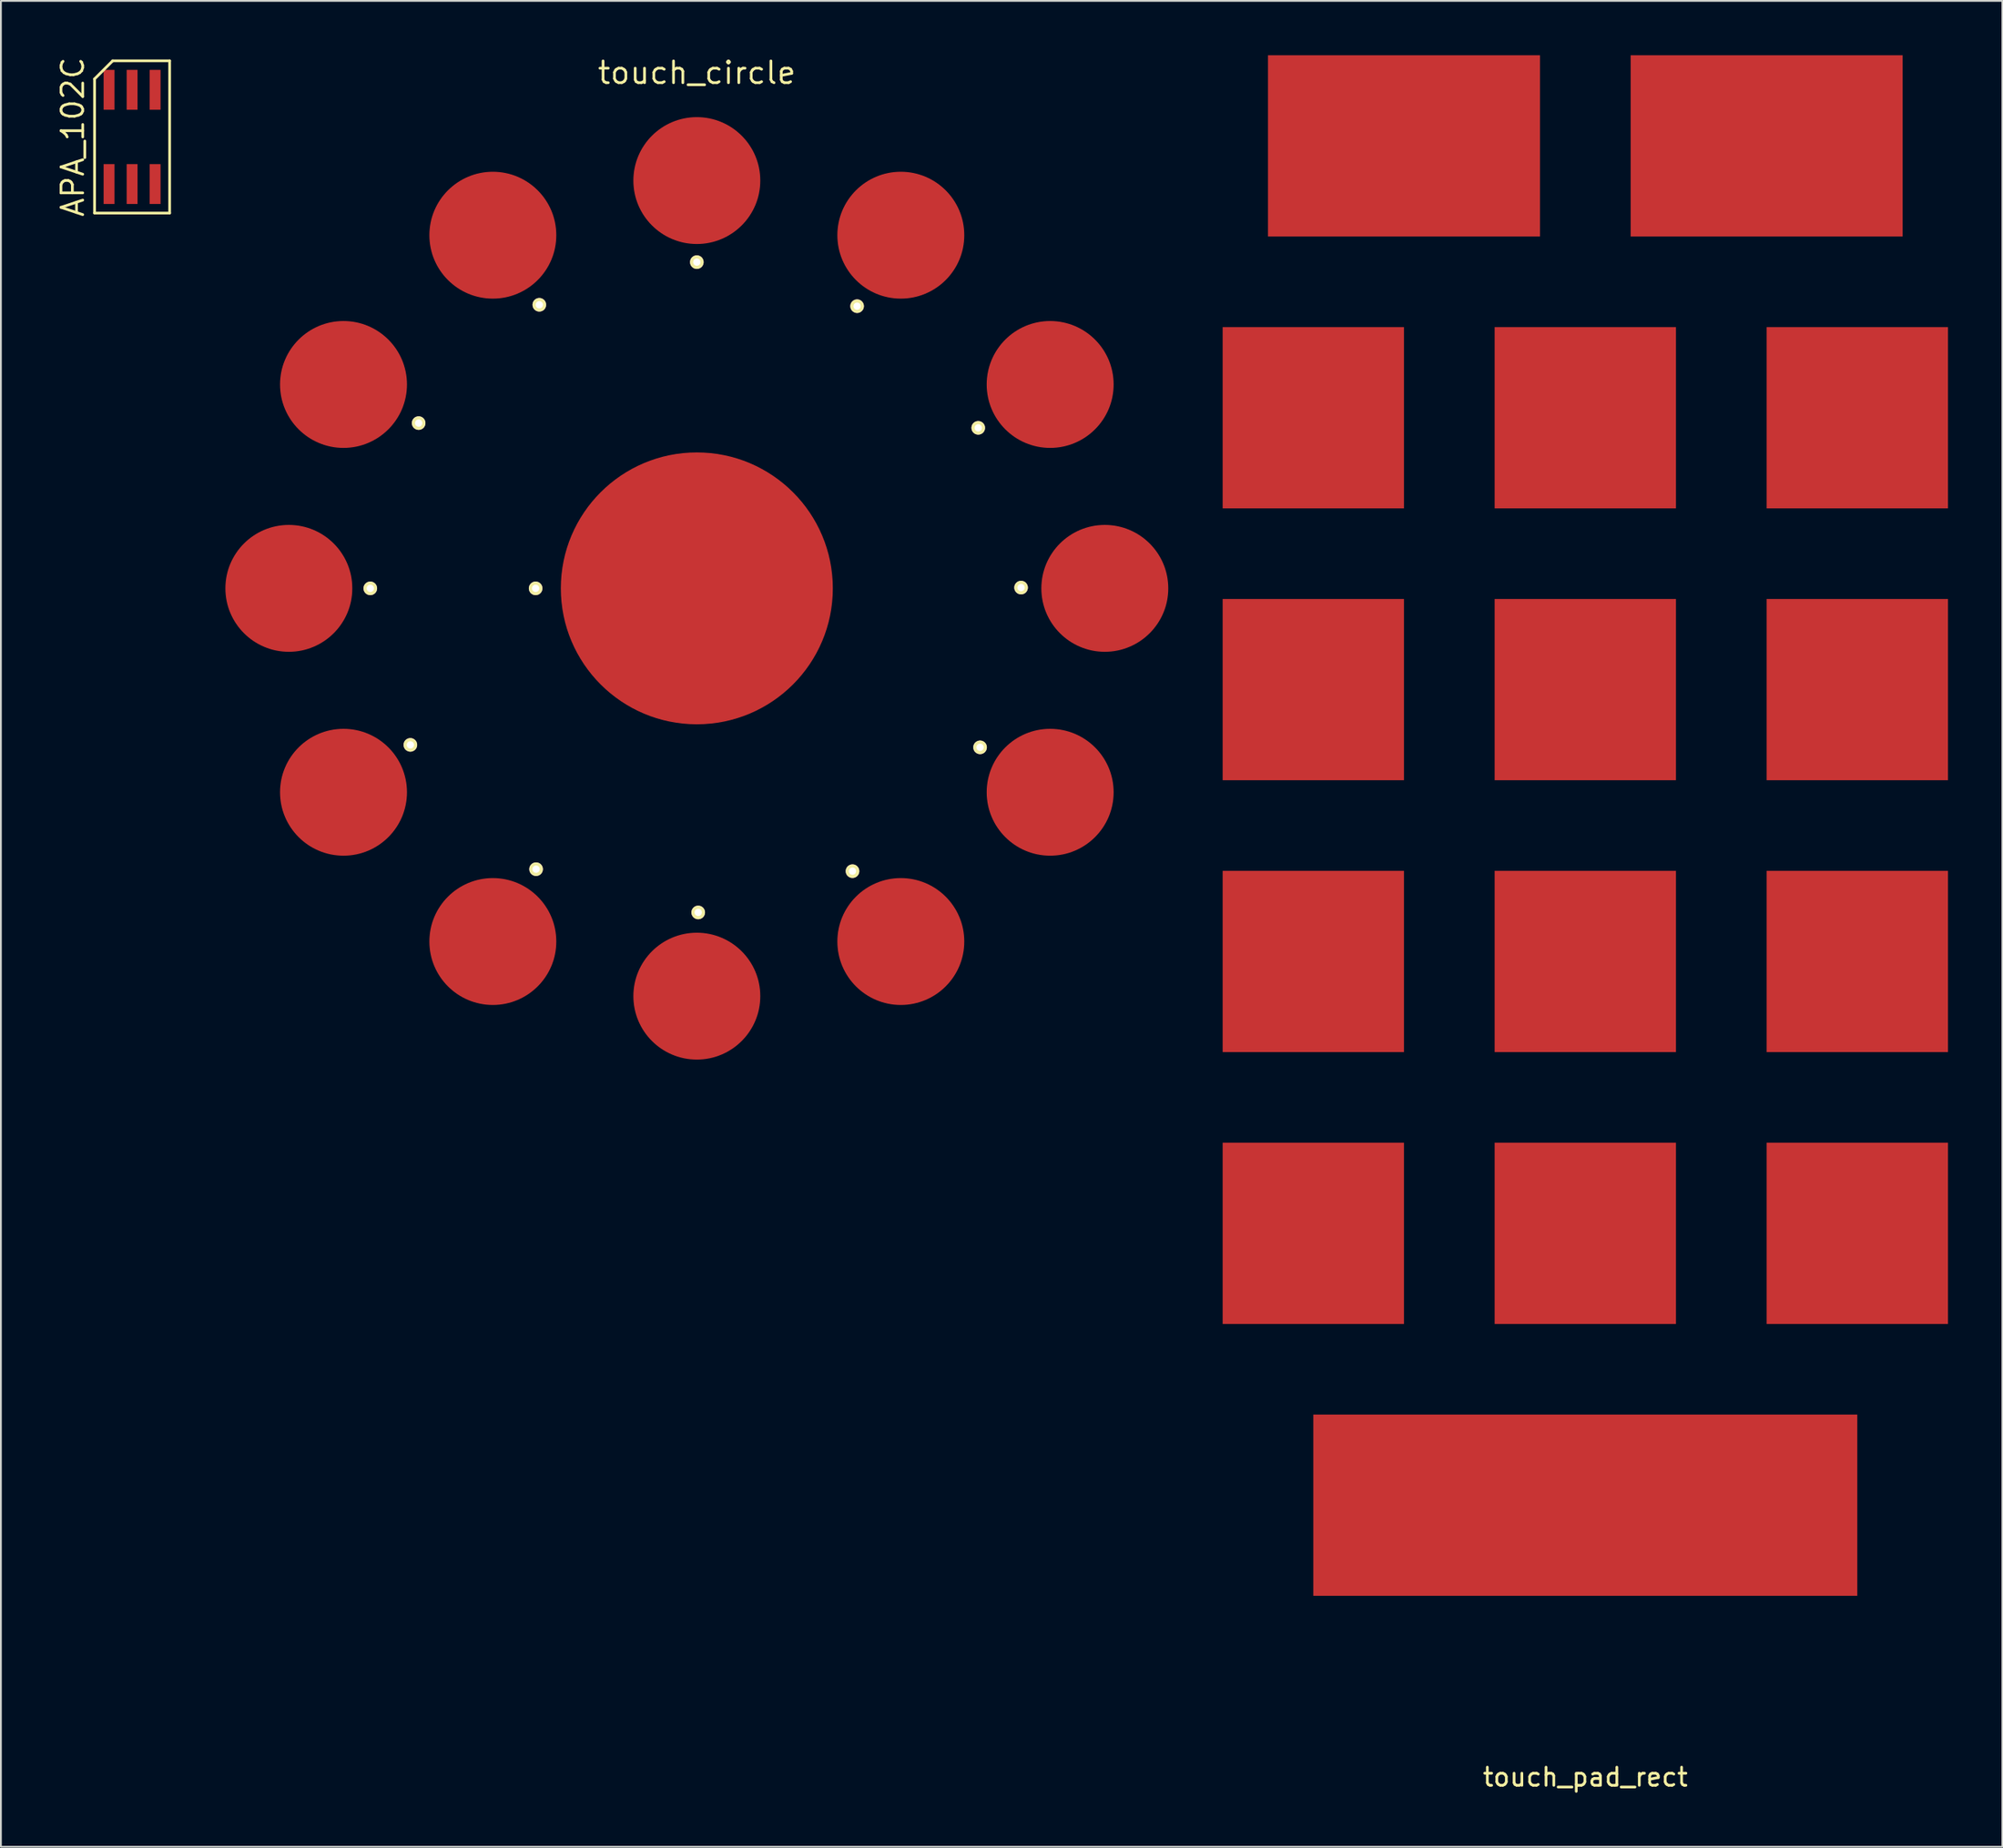
<source format=kicad_pcb>
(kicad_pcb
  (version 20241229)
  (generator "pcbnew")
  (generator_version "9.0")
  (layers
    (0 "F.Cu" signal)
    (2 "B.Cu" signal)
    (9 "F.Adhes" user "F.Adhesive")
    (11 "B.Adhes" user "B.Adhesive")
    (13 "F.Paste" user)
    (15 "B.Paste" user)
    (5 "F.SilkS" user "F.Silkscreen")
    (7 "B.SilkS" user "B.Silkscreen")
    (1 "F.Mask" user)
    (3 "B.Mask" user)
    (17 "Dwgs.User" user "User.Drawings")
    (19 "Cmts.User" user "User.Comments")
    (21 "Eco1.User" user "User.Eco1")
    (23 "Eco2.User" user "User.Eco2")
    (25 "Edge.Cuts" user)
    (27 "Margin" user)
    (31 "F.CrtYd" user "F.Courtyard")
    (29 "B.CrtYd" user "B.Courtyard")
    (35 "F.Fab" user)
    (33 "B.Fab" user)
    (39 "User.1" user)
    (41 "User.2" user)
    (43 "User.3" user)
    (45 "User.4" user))
  (footprint "touch_circle"
    (layer "F.Cu")
    (at 35.38 29.413)
    (property "Reference" "touch_circle" (at 0 -28.448 0) (layer "F.SilkS") (effects (font (size 1.2 1.2) (thickness 0.15))))
    (attr through_hole)
    (pad "1" smd circle (at 0 -22.5) (size 7 7) (layers "F.Cu"))
    (pad "1" thru_hole circle (at 0 -18) (size 0.75 0.75) (drill 0.4) (layers "*.Cu" "*.Mask" "F.SilkS"))
    (pad "2" thru_hole circle (at 8.839 -15.57) (size 0.75 0.75) (drill 0.4) (layers "*.Cu" "*.Mask" "F.SilkS"))
    (pad "2" smd circle (at 11.25 -19.486) (size 7 7) (layers "F.Cu"))
    (pad "3" thru_hole circle (at 15.519 -8.856) (size 0.75 0.75) (drill 0.4) (layers "*.Cu" "*.Mask" "F.SilkS"))
    (pad "3" smd circle (at 19.486 -11.25) (size 7 7) (layers "F.Cu"))
    (pad "4" thru_hole circle (at 17.882 -0.042) (size 0.75 0.75) (drill 0.4) (layers "*.Cu" "*.Mask" "F.SilkS"))
    (pad "4" smd circle (at 22.5 0) (size 7 7) (layers "F.Cu"))
    (pad "5" thru_hole circle (at 15.621 8.772) (size 0.75 0.75) (drill 0.4) (layers "*.Cu" "*.Mask" "F.SilkS"))
    (pad "5" smd circle (at 19.486 11.25) (size 7 7) (layers "F.Cu"))
    (pad "6" thru_hole circle (at 8.585 15.604) (size 0.75 0.75) (drill 0.4) (layers "*.Cu" "*.Mask" "F.SilkS"))
    (pad "6" smd circle (at 11.25 19.486) (size 7 7) (layers "F.Cu"))
    (pad "7" smd circle (at 0 22.5) (size 7 7) (layers "F.Cu"))
    (pad "7" thru_hole circle (at 0.076 17.882) (size 0.75 0.75) (drill 0.4) (layers "*.Cu" "*.Mask" "F.SilkS"))
    (pad "8" smd circle (at -11.25 19.486) (size 7 7) (layers "F.Cu"))
    (pad "8" thru_hole circle (at -8.865 15.494) (size 0.75 0.75) (drill 0.4) (layers "*.Cu" "*.Mask" "F.SilkS"))
    (pad "9" smd circle (at -19.486 11.25) (size 7 7) (layers "F.Cu"))
    (pad "9" thru_hole circle (at -15.799 8.636) (size 0.75 0.75) (drill 0.4) (layers "*.Cu" "*.Mask" "F.SilkS"))
    (pad "10" smd circle (at -22.5 0) (size 7 7) (layers "F.Cu"))
    (pad "10" thru_hole circle (at -18.009 0) (size 0.75 0.75) (drill 0.4) (layers "*.Cu" "*.Mask" "F.SilkS"))
    (pad "11" smd circle (at -19.486 -11.25) (size 7 7) (layers "F.Cu"))
    (pad "11" thru_hole circle (at -15.342 -9.119) (size 0.75 0.75) (drill 0.4) (layers "*.Cu" "*.Mask" "F.SilkS"))
    (pad "12" smd circle (at -11.25 -19.486) (size 7 7) (layers "F.Cu"))
    (pad "12" thru_hole circle (at -8.687 -15.646) (size 0.75 0.75) (drill 0.4) (layers "*.Cu" "*.Mask" "F.SilkS"))
    (pad "13" thru_hole circle (at -8.89 0) (size 0.75 0.75) (drill 0.4) (layers "*.Cu" "*.Mask" "F.SilkS"))
    (pad "13" smd circle (at 0 0) (size 15 15) (layers "F.Cu")))
  (footprint "APA_102C"
    (layer "F.Cu")
    (at 4.235 4.505)
    (property "Reference" "APA_102C" (at -3.27 0 90) (layer "F.SilkS") (effects (font (size 1.2 1.2) (thickness 0.15))))
    (attr through_hole)
    (fp_line (start -2.07 -3.2) (end -2.07 4.2) (stroke (width 0.15) (type solid)) (layer "F.SilkS"))
    (fp_line (start -2.07 4.2) (end 2.07 4.2) (stroke (width 0.15) (type solid)) (layer "F.SilkS"))
    (fp_line (start -1.07 -4.2) (end -2.07 -3.2) (stroke (width 0.15) (type solid)) (layer "F.SilkS"))
    (fp_line (start 2.07 -4.2) (end -1.07 -4.2) (stroke (width 0.15) (type solid)) (layer "F.SilkS"))
    (fp_line (start 2.07 4.2) (end 2.07 -4.2) (stroke (width 0.15) (type solid)) (layer "F.SilkS"))
    (pad "1" smd rect (at -1.27 2.6) (size 0.6 2.2) (layers "F.Cu" "F.Mask" "F.Paste"))
    (pad "2" smd rect (at 0 2.6) (size 0.6 2.2) (layers "F.Cu" "F.Mask" "F.Paste"))
    (pad "3" smd rect (at 1.27 2.6) (size 0.6 2.2) (layers "F.Cu" "F.Mask" "F.Paste"))
    (pad "4" smd rect (at 1.27 -2.6) (size 0.6 2.2) (layers "F.Cu" "F.Mask" "F.Paste"))
    (pad "5" smd rect (at 0 -2.6) (size 0.6 2.2) (layers "F.Cu" "F.Mask" "F.Paste"))
    (pad "6" smd rect (at -1.27 -2.6) (size 0.6 2.2) (layers "F.Cu" "F.Mask" "F.Paste")))
  (footprint "touch_pad_rect"
    (layer "F.Cu")
    (at 84.38 50)
    (property "Reference" "touch_pad_rect" (at 0 45 0) (layer "F.SilkS") (effects (font (size 1 1) (thickness 0.15))))
    (attr through_hole)
    (pad "1" smd rect (at -15 15) (size 10 10) (layers "F.Cu" "F.Mask" "F.Paste"))
    (pad "2" smd rect (at 0 15) (size 10 10) (layers "F.Cu" "F.Mask" "F.Paste"))
    (pad "3" smd rect (at 15 15) (size 10 10) (layers "F.Cu" "F.Mask" "F.Paste"))
    (pad "4" smd rect (at -15 0) (size 10 10) (layers "F.Cu" "F.Mask" "F.Paste"))
    (pad "5" smd rect (at 0 0) (size 10 10) (layers "F.Cu" "F.Mask" "F.Paste"))
    (pad "6" smd rect (at 15 0) (size 10 10) (layers "F.Cu" "F.Mask" "F.Paste"))
    (pad "7" smd rect (at -15 -15) (size 10 10) (layers "F.Cu" "F.Mask" "F.Paste"))
    (pad "8" smd rect (at 0 -15) (size 10 10) (layers "F.Cu" "F.Mask" "F.Paste"))
    (pad "9" smd rect (at 15 -15) (size 10 10) (layers "F.Cu" "F.Mask" "F.Paste"))
    (pad "10" smd rect (at -15 -30) (size 10 10) (layers "F.Cu" "F.Mask" "F.Paste"))
    (pad "11" smd rect (at 0 -30) (size 10 10) (layers "F.Cu" "F.Mask" "F.Paste"))
    (pad "12" smd rect (at 15 -30) (size 10 10) (layers "F.Cu" "F.Mask" "F.Paste"))
    (pad "13" smd rect (at -10 -45) (size 15 10) (layers "F.Cu" "F.Mask" "F.Paste"))
    (pad "14" smd rect (at 10 -45) (size 15 10) (layers "F.Cu" "F.Mask" "F.Paste"))
    (pad "15" smd rect (at 0 30) (size 30 10) (layers "F.Cu" "F.Mask" "F.Paste")))
  (gr_rect
    (start -3 -3)
    (end 107.38 98.848)
    (stroke (width 0.1) (type default))
    (fill no)
    (layer "Edge.Cuts")))
</source>
